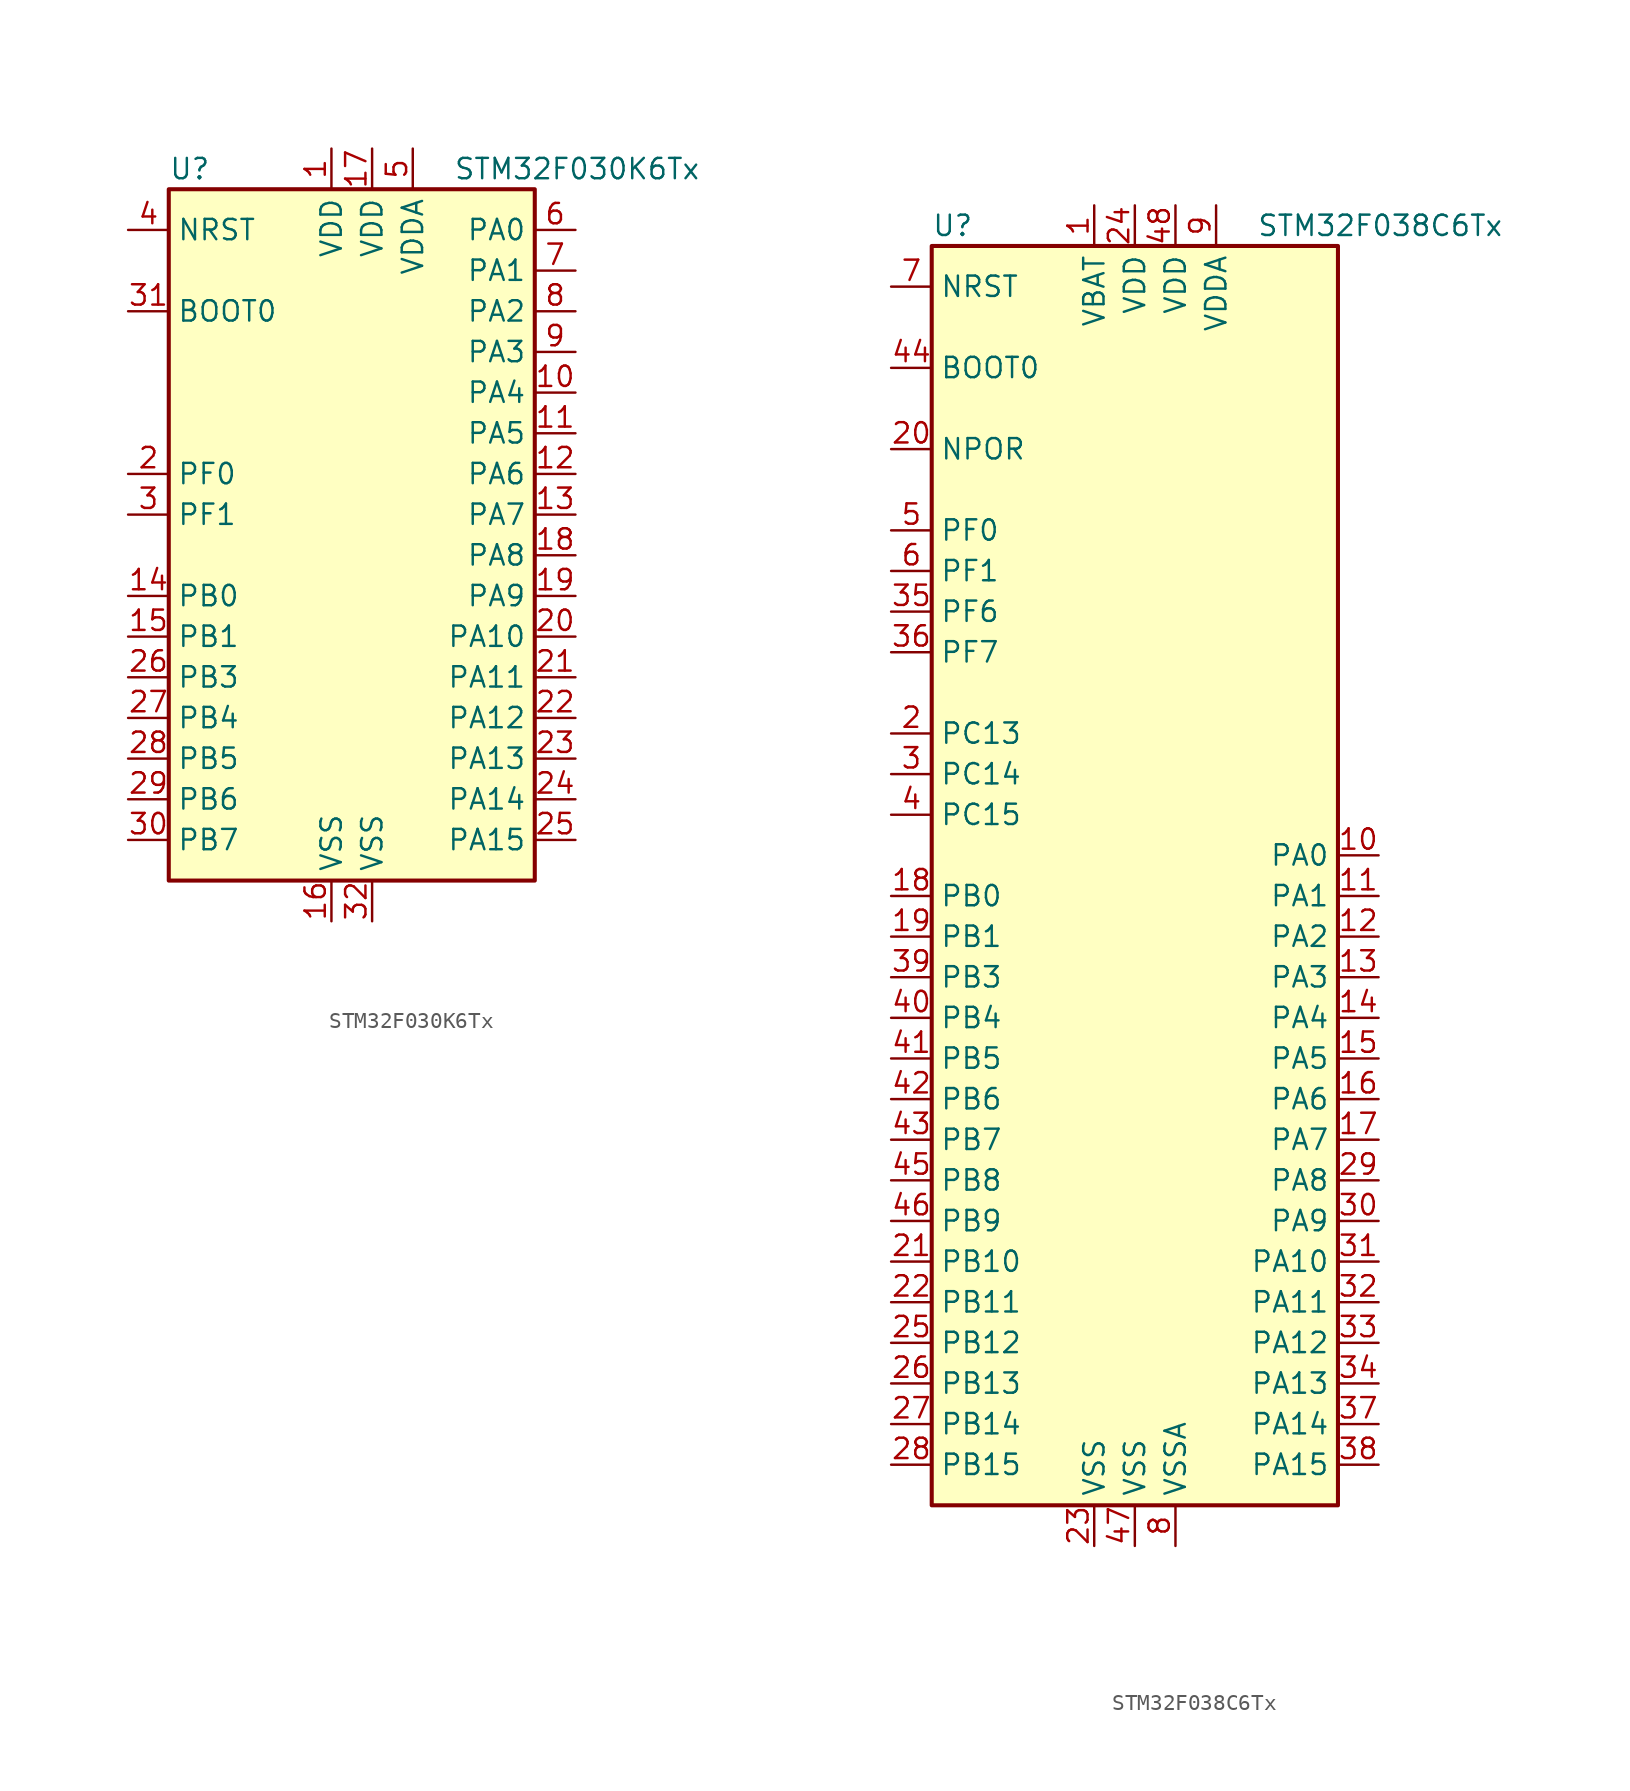
<source format=kicad_sym>
(kicad_symbol_lib
  (version 20211014)
  (generator kicad_symbol_editor)
  (symbol "STM32F030K6Tx"
    (property "Reference" "U"
      (at -12.7 21.59 0)
      (effects (font (size 1.27 1.27)) (justify left)))
    (property "Value" "STM32F030K6Tx"
      (at 5.08 21.59 0)
      (effects (font (size 1.27 1.27)) (justify left)))
    (symbol "STM32F030K6Tx_0_1"
      (rectangle (start -12.7 -22.86) (end 10.16 20.32) (stroke (width 0.254) (type default) (color 0 0 0 0)) (fill (type background))))
    (symbol "STM32F030K6Tx_1_1"
      (pin power_in line (at -2.54 22.86 270) (length 2.54) (name "VDD" (effects (font (size 1.27 1.27)))) (number "1" (effects (font (size 1.27 1.27)))))
      (pin bidirectional line (at 12.7 7.62 180) (length 2.54) (name "PA4" (effects (font (size 1.27 1.27)))) (number "10" (effects (font (size 1.27 1.27)))))
      (pin bidirectional line (at 12.7 5.08 180) (length 2.54) (name "PA5" (effects (font (size 1.27 1.27)))) (number "11" (effects (font (size 1.27 1.27)))))
      (pin bidirectional line (at 12.7 2.54 180) (length 2.54) (name "PA6" (effects (font (size 1.27 1.27)))) (number "12" (effects (font (size 1.27 1.27)))))
      (pin bidirectional line (at 12.7 0 180) (length 2.54) (name "PA7" (effects (font (size 1.27 1.27)))) (number "13" (effects (font (size 1.27 1.27)))))
      (pin bidirectional line (at -15.24 -5.08 0) (length 2.54) (name "PB0" (effects (font (size 1.27 1.27)))) (number "14" (effects (font (size 1.27 1.27)))))
      (pin bidirectional line (at -15.24 -7.62 0) (length 2.54) (name "PB1" (effects (font (size 1.27 1.27)))) (number "15" (effects (font (size 1.27 1.27)))))
      (pin power_in line (at -2.54 -25.4 90) (length 2.54) (name "VSS" (effects (font (size 1.27 1.27)))) (number "16" (effects (font (size 1.27 1.27)))))
      (pin power_in line (at 0 22.86 270) (length 2.54) (name "VDD" (effects (font (size 1.27 1.27)))) (number "17" (effects (font (size 1.27 1.27)))))
      (pin bidirectional line (at 12.7 -2.54 180) (length 2.54) (name "PA8" (effects (font (size 1.27 1.27)))) (number "18" (effects (font (size 1.27 1.27)))))
      (pin bidirectional line (at 12.7 -5.08 180) (length 2.54) (name "PA9" (effects (font (size 1.27 1.27)))) (number "19" (effects (font (size 1.27 1.27)))))
      (pin input line (at -15.24 2.54 0) (length 2.54) (name "PF0" (effects (font (size 1.27 1.27)))) (number "2" (effects (font (size 1.27 1.27)))))
      (pin bidirectional line (at 12.7 -7.62 180) (length 2.54) (name "PA10" (effects (font (size 1.27 1.27)))) (number "20" (effects (font (size 1.27 1.27)))))
      (pin bidirectional line (at 12.7 -10.16 180) (length 2.54) (name "PA11" (effects (font (size 1.27 1.27)))) (number "21" (effects (font (size 1.27 1.27)))))
      (pin bidirectional line (at 12.7 -12.7 180) (length 2.54) (name "PA12" (effects (font (size 1.27 1.27)))) (number "22" (effects (font (size 1.27 1.27)))))
      (pin bidirectional line (at 12.7 -15.24 180) (length 2.54) (name "PA13" (effects (font (size 1.27 1.27)))) (number "23" (effects (font (size 1.27 1.27)))))
      (pin bidirectional line (at 12.7 -17.78 180) (length 2.54) (name "PA14" (effects (font (size 1.27 1.27)))) (number "24" (effects (font (size 1.27 1.27)))))
      (pin bidirectional line (at 12.7 -20.32 180) (length 2.54) (name "PA15" (effects (font (size 1.27 1.27)))) (number "25" (effects (font (size 1.27 1.27)))))
      (pin bidirectional line (at -15.24 -10.16 0) (length 2.54) (name "PB3" (effects (font (size 1.27 1.27)))) (number "26" (effects (font (size 1.27 1.27)))))
      (pin bidirectional line (at -15.24 -12.7 0) (length 2.54) (name "PB4" (effects (font (size 1.27 1.27)))) (number "27" (effects (font (size 1.27 1.27)))))
      (pin bidirectional line (at -15.24 -15.24 0) (length 2.54) (name "PB5" (effects (font (size 1.27 1.27)))) (number "28" (effects (font (size 1.27 1.27)))))
      (pin bidirectional line (at -15.24 -17.78 0) (length 2.54) (name "PB6" (effects (font (size 1.27 1.27)))) (number "29" (effects (font (size 1.27 1.27)))))
      (pin input line (at -15.24 0 0) (length 2.54) (name "PF1" (effects (font (size 1.27 1.27)))) (number "3" (effects (font (size 1.27 1.27)))))
      (pin bidirectional line (at -15.24 -20.32 0) (length 2.54) (name "PB7" (effects (font (size 1.27 1.27)))) (number "30" (effects (font (size 1.27 1.27)))))
      (pin input line (at -15.24 12.7 0) (length 2.54) (name "BOOT0" (effects (font (size 1.27 1.27)))) (number "31" (effects (font (size 1.27 1.27)))))
      (pin power_in line (at 0 -25.4 90) (length 2.54) (name "VSS" (effects (font (size 1.27 1.27)))) (number "32" (effects (font (size 1.27 1.27)))))
      (pin input line (at -15.24 17.78 0) (length 2.54) (name "NRST" (effects (font (size 1.27 1.27)))) (number "4" (effects (font (size 1.27 1.27)))))
      (pin power_in line (at 2.54 22.86 270) (length 2.54) (name "VDDA" (effects (font (size 1.27 1.27)))) (number "5" (effects (font (size 1.27 1.27)))))
      (pin bidirectional line (at 12.7 17.78 180) (length 2.54) (name "PA0" (effects (font (size 1.27 1.27)))) (number "6" (effects (font (size 1.27 1.27)))))
      (pin bidirectional line (at 12.7 15.24 180) (length 2.54) (name "PA1" (effects (font (size 1.27 1.27)))) (number "7" (effects (font (size 1.27 1.27)))))
      (pin bidirectional line (at 12.7 12.7 180) (length 2.54) (name "PA2" (effects (font (size 1.27 1.27)))) (number "8" (effects (font (size 1.27 1.27)))))
      (pin bidirectional line (at 12.7 10.16 180) (length 2.54) (name "PA3" (effects (font (size 1.27 1.27)))) (number "9" (effects (font (size 1.27 1.27)))))))
  (symbol "STM32F038C6Tx"
    (property "Reference" "U"
      (at -12.7 39.37 0)
      (effects (font (size 1.27 1.27)) (justify left)))
    (property "Value" "STM32F038C6Tx"
      (at 7.62 39.37 0)
      (effects (font (size 1.27 1.27)) (justify left)))
    (symbol "STM32F038C6Tx_0_1"
      (rectangle (start -12.7 -40.64) (end 12.7 38.1) (stroke (width 0.254) (type default) (color 0 0 0 0)) (fill (type background))))
    (symbol "STM32F038C6Tx_1_1"
      (pin power_in line (at -2.54 40.64 270) (length 2.54) (name "VBAT" (effects (font (size 1.27 1.27)))) (number "1" (effects (font (size 1.27 1.27)))))
      (pin bidirectional line (at 15.24 0 180) (length 2.54) (name "PA0" (effects (font (size 1.27 1.27)))) (number "10" (effects (font (size 1.27 1.27)))))
      (pin bidirectional line (at 15.24 -2.54 180) (length 2.54) (name "PA1" (effects (font (size 1.27 1.27)))) (number "11" (effects (font (size 1.27 1.27)))))
      (pin bidirectional line (at 15.24 -5.08 180) (length 2.54) (name "PA2" (effects (font (size 1.27 1.27)))) (number "12" (effects (font (size 1.27 1.27)))))
      (pin bidirectional line (at 15.24 -7.62 180) (length 2.54) (name "PA3" (effects (font (size 1.27 1.27)))) (number "13" (effects (font (size 1.27 1.27)))))
      (pin bidirectional line (at 15.24 -10.16 180) (length 2.54) (name "PA4" (effects (font (size 1.27 1.27)))) (number "14" (effects (font (size 1.27 1.27)))))
      (pin bidirectional line (at 15.24 -12.7 180) (length 2.54) (name "PA5" (effects (font (size 1.27 1.27)))) (number "15" (effects (font (size 1.27 1.27)))))
      (pin bidirectional line (at 15.24 -15.24 180) (length 2.54) (name "PA6" (effects (font (size 1.27 1.27)))) (number "16" (effects (font (size 1.27 1.27)))))
      (pin bidirectional line (at 15.24 -17.78 180) (length 2.54) (name "PA7" (effects (font (size 1.27 1.27)))) (number "17" (effects (font (size 1.27 1.27)))))
      (pin bidirectional line (at -15.24 -2.54 0) (length 2.54) (name "PB0" (effects (font (size 1.27 1.27)))) (number "18" (effects (font (size 1.27 1.27)))))
      (pin bidirectional line (at -15.24 -5.08 0) (length 2.54) (name "PB1" (effects (font (size 1.27 1.27)))) (number "19" (effects (font (size 1.27 1.27)))))
      (pin bidirectional line (at -15.24 7.62 0) (length 2.54) (name "PC13" (effects (font (size 1.27 1.27)))) (number "2" (effects (font (size 1.27 1.27)))))
      (pin power_in line (at -15.24 25.4 0) (length 2.54) (name "NPOR" (effects (font (size 1.27 1.27)))) (number "20" (effects (font (size 1.27 1.27)))))
      (pin bidirectional line (at -15.24 -25.4 0) (length 2.54) (name "PB10" (effects (font (size 1.27 1.27)))) (number "21" (effects (font (size 1.27 1.27)))))
      (pin bidirectional line (at -15.24 -27.94 0) (length 2.54) (name "PB11" (effects (font (size 1.27 1.27)))) (number "22" (effects (font (size 1.27 1.27)))))
      (pin power_in line (at -2.54 -43.18 90) (length 2.54) (name "VSS" (effects (font (size 1.27 1.27)))) (number "23" (effects (font (size 1.27 1.27)))))
      (pin power_in line (at 0 40.64 270) (length 2.54) (name "VDD" (effects (font (size 1.27 1.27)))) (number "24" (effects (font (size 1.27 1.27)))))
      (pin bidirectional line (at -15.24 -30.48 0) (length 2.54) (name "PB12" (effects (font (size 1.27 1.27)))) (number "25" (effects (font (size 1.27 1.27)))))
      (pin bidirectional line (at -15.24 -33.02 0) (length 2.54) (name "PB13" (effects (font (size 1.27 1.27)))) (number "26" (effects (font (size 1.27 1.27)))))
      (pin bidirectional line (at -15.24 -35.56 0) (length 2.54) (name "PB14" (effects (font (size 1.27 1.27)))) (number "27" (effects (font (size 1.27 1.27)))))
      (pin bidirectional line (at -15.24 -38.1 0) (length 2.54) (name "PB15" (effects (font (size 1.27 1.27)))) (number "28" (effects (font (size 1.27 1.27)))))
      (pin bidirectional line (at 15.24 -20.32 180) (length 2.54) (name "PA8" (effects (font (size 1.27 1.27)))) (number "29" (effects (font (size 1.27 1.27)))))
      (pin bidirectional line (at -15.24 5.08 0) (length 2.54) (name "PC14" (effects (font (size 1.27 1.27)))) (number "3" (effects (font (size 1.27 1.27)))))
      (pin bidirectional line (at 15.24 -22.86 180) (length 2.54) (name "PA9" (effects (font (size 1.27 1.27)))) (number "30" (effects (font (size 1.27 1.27)))))
      (pin bidirectional line (at 15.24 -25.4 180) (length 2.54) (name "PA10" (effects (font (size 1.27 1.27)))) (number "31" (effects (font (size 1.27 1.27)))))
      (pin bidirectional line (at 15.24 -27.94 180) (length 2.54) (name "PA11" (effects (font (size 1.27 1.27)))) (number "32" (effects (font (size 1.27 1.27)))))
      (pin bidirectional line (at 15.24 -30.48 180) (length 2.54) (name "PA12" (effects (font (size 1.27 1.27)))) (number "33" (effects (font (size 1.27 1.27)))))
      (pin bidirectional line (at 15.24 -33.02 180) (length 2.54) (name "PA13" (effects (font (size 1.27 1.27)))) (number "34" (effects (font (size 1.27 1.27)))))
      (pin bidirectional line (at -15.24 15.24 0) (length 2.54) (name "PF6" (effects (font (size 1.27 1.27)))) (number "35" (effects (font (size 1.27 1.27)))))
      (pin bidirectional line (at -15.24 12.7 0) (length 2.54) (name "PF7" (effects (font (size 1.27 1.27)))) (number "36" (effects (font (size 1.27 1.27)))))
      (pin bidirectional line (at 15.24 -35.56 180) (length 2.54) (name "PA14" (effects (font (size 1.27 1.27)))) (number "37" (effects (font (size 1.27 1.27)))))
      (pin bidirectional line (at 15.24 -38.1 180) (length 2.54) (name "PA15" (effects (font (size 1.27 1.27)))) (number "38" (effects (font (size 1.27 1.27)))))
      (pin bidirectional line (at -15.24 -7.62 0) (length 2.54) (name "PB3" (effects (font (size 1.27 1.27)))) (number "39" (effects (font (size 1.27 1.27)))))
      (pin bidirectional line (at -15.24 2.54 0) (length 2.54) (name "PC15" (effects (font (size 1.27 1.27)))) (number "4" (effects (font (size 1.27 1.27)))))
      (pin bidirectional line (at -15.24 -10.16 0) (length 2.54) (name "PB4" (effects (font (size 1.27 1.27)))) (number "40" (effects (font (size 1.27 1.27)))))
      (pin bidirectional line (at -15.24 -12.7 0) (length 2.54) (name "PB5" (effects (font (size 1.27 1.27)))) (number "41" (effects (font (size 1.27 1.27)))))
      (pin bidirectional line (at -15.24 -15.24 0) (length 2.54) (name "PB6" (effects (font (size 1.27 1.27)))) (number "42" (effects (font (size 1.27 1.27)))))
      (pin bidirectional line (at -15.24 -17.78 0) (length 2.54) (name "PB7" (effects (font (size 1.27 1.27)))) (number "43" (effects (font (size 1.27 1.27)))))
      (pin input line (at -15.24 30.48 0) (length 2.54) (name "BOOT0" (effects (font (size 1.27 1.27)))) (number "44" (effects (font (size 1.27 1.27)))))
      (pin bidirectional line (at -15.24 -20.32 0) (length 2.54) (name "PB8" (effects (font (size 1.27 1.27)))) (number "45" (effects (font (size 1.27 1.27)))))
      (pin bidirectional line (at -15.24 -22.86 0) (length 2.54) (name "PB9" (effects (font (size 1.27 1.27)))) (number "46" (effects (font (size 1.27 1.27)))))
      (pin power_in line (at 0 -43.18 90) (length 2.54) (name "VSS" (effects (font (size 1.27 1.27)))) (number "47" (effects (font (size 1.27 1.27)))))
      (pin power_in line (at 2.54 40.64 270) (length 2.54) (name "VDD" (effects (font (size 1.27 1.27)))) (number "48" (effects (font (size 1.27 1.27)))))
      (pin input line (at -15.24 20.32 0) (length 2.54) (name "PF0" (effects (font (size 1.27 1.27)))) (number "5" (effects (font (size 1.27 1.27)))))
      (pin input line (at -15.24 17.78 0) (length 2.54) (name "PF1" (effects (font (size 1.27 1.27)))) (number "6" (effects (font (size 1.27 1.27)))))
      (pin input line (at -15.24 35.56 0) (length 2.54) (name "NRST" (effects (font (size 1.27 1.27)))) (number "7" (effects (font (size 1.27 1.27)))))
      (pin power_in line (at 2.54 -43.18 90) (length 2.54) (name "VSSA" (effects (font (size 1.27 1.27)))) (number "8" (effects (font (size 1.27 1.27)))))
      (pin power_in line (at 5.08 40.64 270) (length 2.54) (name "VDDA" (effects (font (size 1.27 1.27)))) (number "9" (effects (font (size 1.27 1.27))))))))
</source>
